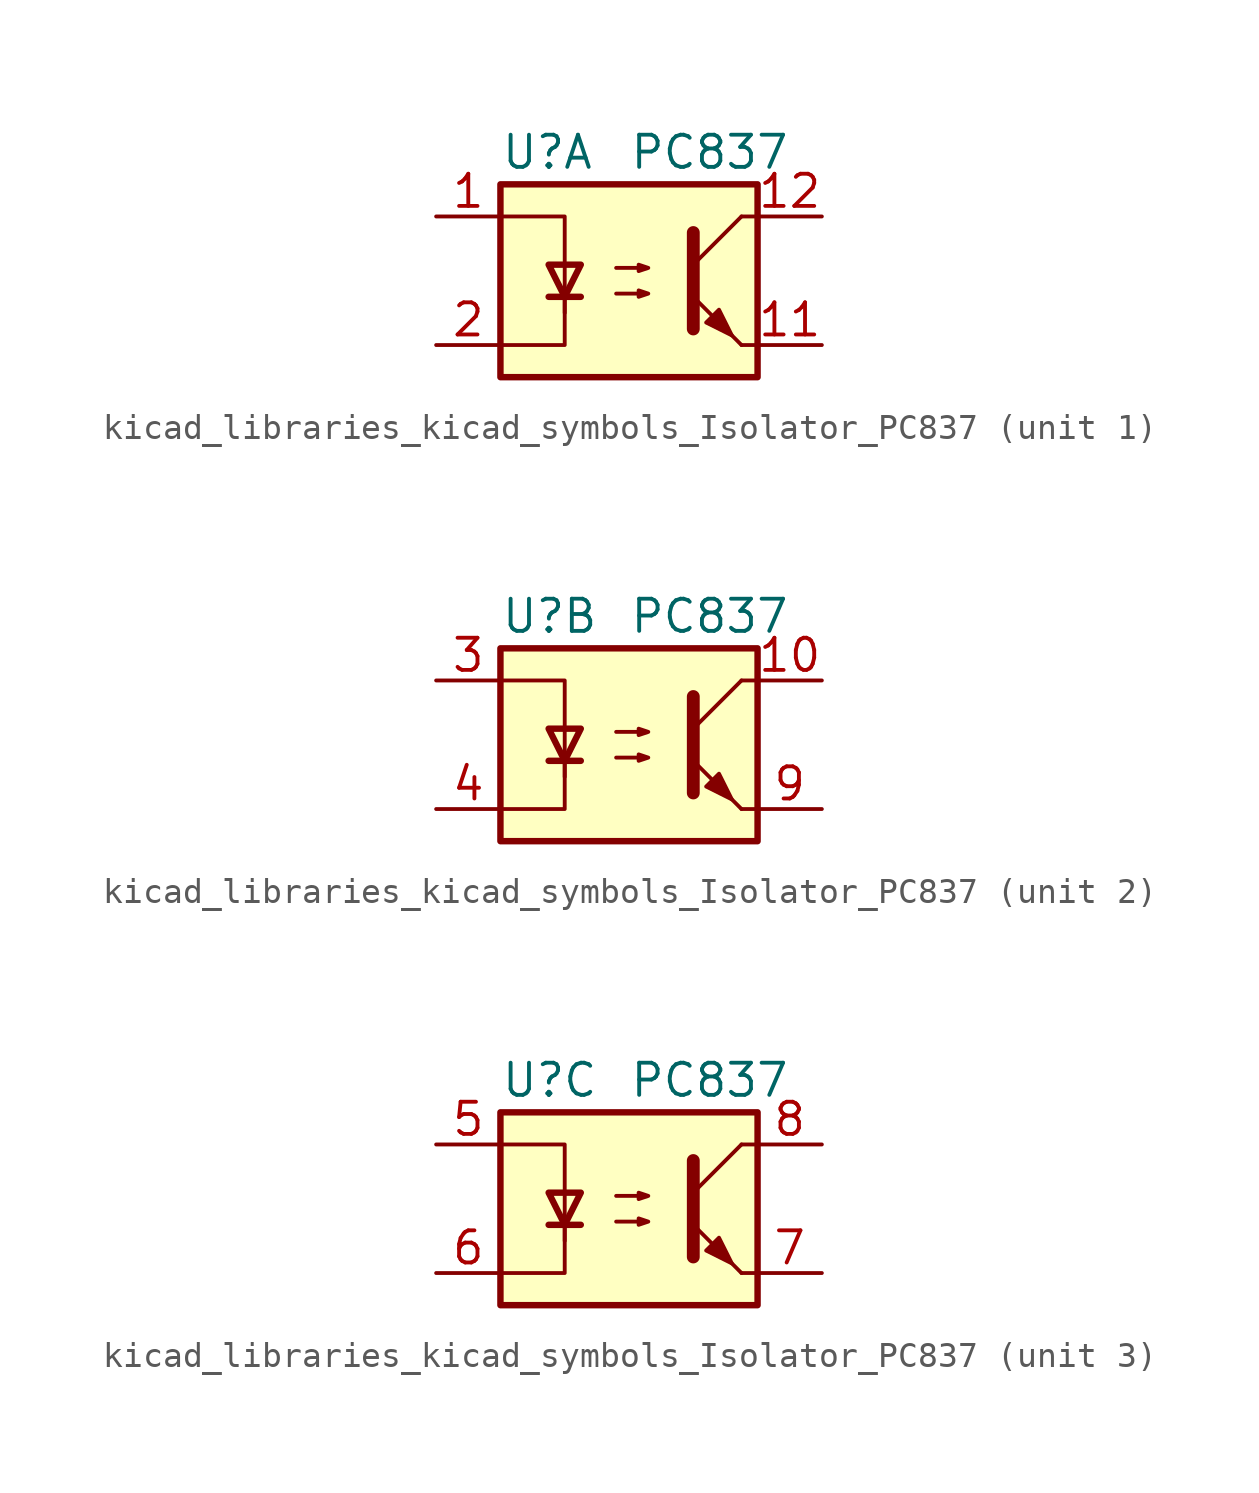
<source format=kicad_sym>
(kicad_symbol_lib
  (version 20220914)
  (generator kicad_symbol_editor)
  (symbol "kicad_libraries_kicad_symbols_Isolator_PC837"
    (pin_names
      (offset 1.016))
    (property "Reference" "U"
      (at -5.08 5.08 0)
      (effects (font (size 1.27 1.27)) (justify left)))
    (property "Value" "PC837"
      (at 0 5.08 0)
      (effects (font (size 1.27 1.27)) (justify left)))
    (symbol "kicad_libraries_kicad_symbols_Isolator_PC837_0_1"
      (rectangle (start -5.08 3.81) (end 5.08 -3.81) (stroke (width 0.254) (type default)) (fill (type background)))
      (polyline (pts (xy -3.175 -0.635) (xy -1.905 -0.635)) (stroke (width 0.254) (type default)) (fill (type none)))
      (polyline (pts (xy 2.54 0.635) (xy 4.445 2.54)) (stroke (width 0) (type default)) (fill (type none)))
      (polyline (pts (xy 4.445 -2.54) (xy 2.54 -0.635)) (stroke (width 0) (type default)) (fill (type outline)))
      (polyline (pts (xy 4.445 -2.54) (xy 5.08 -2.54)) (stroke (width 0) (type default)) (fill (type none)))
      (polyline (pts (xy 4.445 2.54) (xy 5.08 2.54)) (stroke (width 0) (type default)) (fill (type none)))
      (polyline (pts (xy -2.54 -0.635) (xy -2.54 -2.54) (xy -5.08 -2.54)) (stroke (width 0) (type default)) (fill (type none)))
      (polyline (pts (xy 2.54 1.905) (xy 2.54 -1.905) (xy 2.54 -1.905)) (stroke (width 0.508) (type default)) (fill (type none)))
      (polyline (pts (xy -5.08 2.54) (xy -2.54 2.54) (xy -2.54 -1.27) (xy -2.54 0.635)) (stroke (width 0) (type default)) (fill (type none)))
      (polyline (pts (xy -2.54 -0.635) (xy -3.175 0.635) (xy -1.905 0.635) (xy -2.54 -0.635)) (stroke (width 0.254) (type default)) (fill (type none)))
      (polyline (pts (xy -0.508 -0.508) (xy 0.762 -0.508) (xy 0.381 -0.635) (xy 0.381 -0.381) (xy 0.762 -0.508)) (stroke (width 0) (type default)) (fill (type none)))
      (polyline (pts (xy -0.508 0.508) (xy 0.762 0.508) (xy 0.381 0.381) (xy 0.381 0.635) (xy 0.762 0.508)) (stroke (width 0) (type default)) (fill (type none)))
      (polyline (pts (xy 3.048 -1.651) (xy 3.556 -1.143) (xy 4.064 -2.159) (xy 3.048 -1.651) (xy 3.048 -1.651)) (stroke (width 0) (type default)) (fill (type outline))))
    (symbol "kicad_libraries_kicad_symbols_Isolator_PC837_1_1"
      (pin passive line (at -7.62 2.54 0) (length 2.54) (name "~" (effects (font (size 1.27 1.27)))) (number "1" (effects (font (size 1.27 1.27)))))
      (pin passive line (at 7.62 -2.54 180) (length 2.54) (name "~" (effects (font (size 1.27 1.27)))) (number "11" (effects (font (size 1.27 1.27)))))
      (pin passive line (at 7.62 2.54 180) (length 2.54) (name "~" (effects (font (size 1.27 1.27)))) (number "12" (effects (font (size 1.27 1.27)))))
      (pin passive line (at -7.62 -2.54 0) (length 2.54) (name "~" (effects (font (size 1.27 1.27)))) (number "2" (effects (font (size 1.27 1.27))))))
    (symbol "kicad_libraries_kicad_symbols_Isolator_PC837_2_1"
      (pin passive line (at 7.62 2.54 180) (length 2.54) (name "~" (effects (font (size 1.27 1.27)))) (number "10" (effects (font (size 1.27 1.27)))))
      (pin passive line (at -7.62 2.54 0) (length 2.54) (name "~" (effects (font (size 1.27 1.27)))) (number "3" (effects (font (size 1.27 1.27)))))
      (pin passive line (at -7.62 -2.54 0) (length 2.54) (name "~" (effects (font (size 1.27 1.27)))) (number "4" (effects (font (size 1.27 1.27)))))
      (pin passive line (at 7.62 -2.54 180) (length 2.54) (name "~" (effects (font (size 1.27 1.27)))) (number "9" (effects (font (size 1.27 1.27))))))
    (symbol "kicad_libraries_kicad_symbols_Isolator_PC837_3_1"
      (pin passive line (at -7.62 2.54 0) (length 2.54) (name "~" (effects (font (size 1.27 1.27)))) (number "5" (effects (font (size 1.27 1.27)))))
      (pin passive line (at -7.62 -2.54 0) (length 2.54) (name "~" (effects (font (size 1.27 1.27)))) (number "6" (effects (font (size 1.27 1.27)))))
      (pin passive line (at 7.62 -2.54 180) (length 2.54) (name "~" (effects (font (size 1.27 1.27)))) (number "7" (effects (font (size 1.27 1.27)))))
      (pin passive line (at 7.62 2.54 180) (length 2.54) (name "~" (effects (font (size 1.27 1.27)))) (number "8" (effects (font (size 1.27 1.27))))))))
</source>
